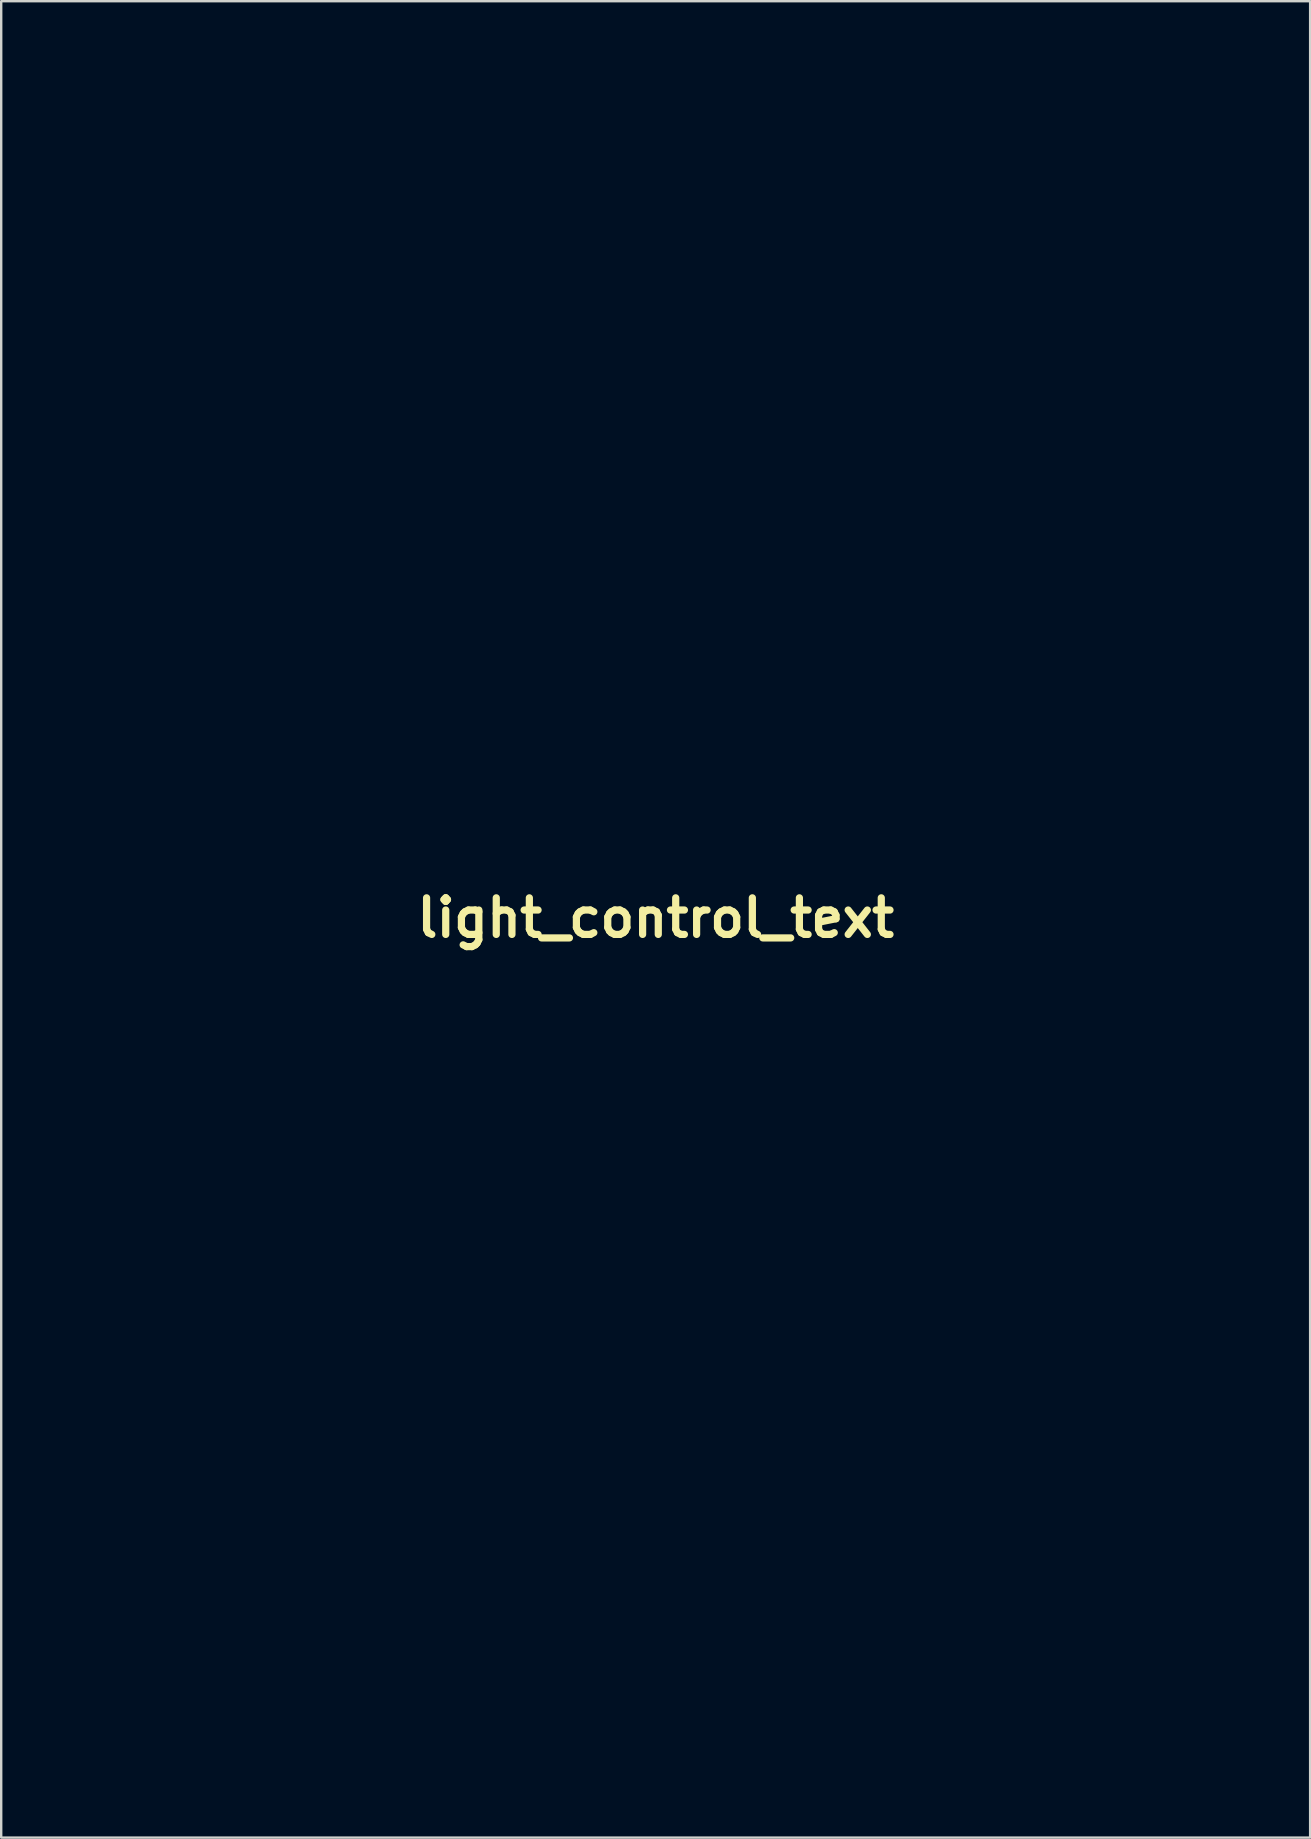
<source format=kicad_pcb>
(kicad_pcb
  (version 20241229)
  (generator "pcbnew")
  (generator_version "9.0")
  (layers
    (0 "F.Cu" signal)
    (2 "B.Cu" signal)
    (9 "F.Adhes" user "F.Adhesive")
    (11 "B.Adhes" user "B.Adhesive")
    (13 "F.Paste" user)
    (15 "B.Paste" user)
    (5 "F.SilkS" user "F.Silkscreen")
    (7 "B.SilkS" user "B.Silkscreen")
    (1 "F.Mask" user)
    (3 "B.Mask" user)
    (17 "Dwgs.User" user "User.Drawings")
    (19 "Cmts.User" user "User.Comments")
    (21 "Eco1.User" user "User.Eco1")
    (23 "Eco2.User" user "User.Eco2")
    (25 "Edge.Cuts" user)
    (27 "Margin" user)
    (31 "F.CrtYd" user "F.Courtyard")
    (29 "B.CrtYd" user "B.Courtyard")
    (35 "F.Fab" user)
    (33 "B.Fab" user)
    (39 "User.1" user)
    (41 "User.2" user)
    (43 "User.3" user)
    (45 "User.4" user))
  (footprint "light_control_text"
    (layer "F.Cu")
    (at 24.262 35.184)
    (property "Reference" "light_control_text" (at 0 0 0) (layer "F.SilkS") (effects (font (size 1.524 1.524) (thickness 0.3))))
    (attr through_hole)
    (fp_poly (pts (xy 19.082 -4.802) (xy 19.381 -4.733) (xy 19.49 -4.575) (xy 19.494 -4.508) (xy 19.428 -4.318) (xy 19.189 -4.228) (xy 19.082 -4.215) (xy 18.798 -4.211) (xy 18.687 -4.311) (xy 18.669 -4.508) (xy 18.698 -4.735) (xy 18.835 -4.812) (xy 19.082 -4.802)) (stroke (width 0.01) (type solid)) (fill yes) (layer "F.Mask"))
    (fp_poly (pts (xy -13.652 30.924) (xy -13.655 31.568) (xy -13.667 32) (xy -13.696 32.266) (xy -13.749 32.407) (xy -13.835 32.468) (xy -13.926 32.487) (xy -14.228 32.411) (xy -14.402 32.237) (xy -14.528 31.936) (xy -14.591 31.456) (xy -14.603 30.991) (xy -14.566 30.272) (xy -14.455 29.78) (xy -14.261 29.495) (xy -13.977 29.401) (xy -13.966 29.401) (xy -13.652 29.401) (xy -13.652 30.924)) (stroke (width 0.01) (type solid)) (fill yes) (layer "F.Mask"))
    (fp_poly (pts (xy 2.769 29.515) (xy 2.838 29.579) (xy 3.026 29.912) (xy 3.138 30.405) (xy 3.174 30.976) (xy 3.133 31.543) (xy 3.016 32.024) (xy 2.843 32.317) (xy 2.621 32.488) (xy 2.426 32.468) (xy 2.337 32.415) (xy 2.081 32.094) (xy 1.937 31.555) (xy 1.905 31.015) (xy 1.948 30.332) (xy 2.068 29.821) (xy 2.253 29.502) (xy 2.49 29.394) (xy 2.769 29.515)) (stroke (width 0.01) (type solid)) (fill yes) (layer "F.Mask"))
    (fp_poly (pts (xy 14.689 29.415) (xy 14.886 29.65) (xy 15.029 30.073) (xy 15.104 30.663) (xy 15.111 30.962) (xy 15.067 31.596) (xy 14.948 32.079) (xy 14.771 32.389) (xy 14.553 32.502) (xy 14.31 32.396) (xy 14.173 32.237) (xy 14.048 31.914) (xy 13.976 31.434) (xy 13.957 30.878) (xy 13.989 30.33) (xy 14.071 29.871) (xy 14.193 29.597) (xy 14.454 29.39) (xy 14.689 29.415)) (stroke (width 0.01) (type solid)) (fill yes) (layer "F.Mask"))
    (fp_poly (pts (xy 16.674 20.586) (xy 16.812 20.978) (xy 16.866 21.473) (xy 16.874 21.946) (xy 16.833 22.234) (xy 16.732 22.403) (xy 16.683 22.444) (xy 16.472 22.575) (xy 16.383 22.606) (xy 16.229 22.539) (xy 16.083 22.444) (xy 15.95 22.214) (xy 15.886 21.829) (xy 15.887 21.377) (xy 15.949 20.946) (xy 16.069 20.624) (xy 16.161 20.524) (xy 16.457 20.435) (xy 16.674 20.586)) (stroke (width 0.01) (type solid)) (fill yes) (layer "F.Mask"))
    (fp_poly (pts (xy 2.233 -13.046) (xy 2.509 -12.938) (xy 2.597 -12.901) (xy 2.921 -12.724) (xy 3.144 -12.473) (xy 3.309 -12.085) (xy 3.429 -11.62) (xy 3.498 -11.139) (xy 3.456 -10.686) (xy 3.373 -10.356) (xy 3.152 -9.789) (xy 2.859 -9.429) (xy 2.449 -9.231) (xy 2.238 -9.185) (xy 1.778 -9.111) (xy 1.778 -11.096) (xy 1.779 -11.88) (xy 1.792 -12.441) (xy 1.83 -12.807) (xy 1.907 -13.01) (xy 2.037 -13.08) (xy 2.233 -13.046)) (stroke (width 0.01) (type solid)) (fill yes) (layer "F.Mask"))
    (fp_poly (pts (xy 24.257 35.306) (xy -13.637 35.306) (xy -13.345 35.034) (xy -13.141 34.82) (xy -12.984 34.585) (xy -12.869 34.292) (xy -12.79 33.905) (xy -12.739 33.389) (xy -12.712 32.707) (xy -12.701 31.825) (xy -12.7 31.314) (xy -12.7 30.955) (xy -11.663 30.955) (xy -11.662 31.78) (xy -11.652 32.4) (xy -11.631 32.838) (xy -11.599 33.118) (xy -11.554 33.265) (xy -11.527 33.295) (xy -11.216 33.392) (xy -10.947 33.249) (xy -10.875 33.053) (xy -10.826 32.63) (xy -10.8 31.969) (xy -10.795 31.359) (xy -10.79 30.626) (xy -10.771 30.109) (xy -10.734 29.767) (xy -10.677 29.562) (xy -10.604 29.464) (xy -10.401 29.37) (xy -10.223 29.464) (xy -10.144 29.58) (xy -10.089 29.797) (xy -10.055 30.156) (xy -10.037 30.695) (xy -10.033 31.369) (xy -10.024 32.16) (xy -9.993 32.727) (xy -9.928 33.099) (xy -9.821 33.308) (xy -9.662 33.382) (xy -9.442 33.351) (xy -9.404 33.339) (xy -9.302 33.293) (xy -9.231 33.202) (xy -9.185 33.026) (xy -9.159 32.726) (xy -9.147 32.259) (xy -9.144 31.586) (xy -9.144 31.443) (xy -9.154 30.751) (xy -9.181 30.12) (xy -9.221 29.609) (xy -9.27 29.277) (xy -9.285 29.225) (xy -9.454 28.969) (xy -8.636 28.969) (xy -8.527 29.222) (xy -8.382 29.3) (xy -8.27 29.348) (xy -8.197 29.454) (xy -8.154 29.663) (xy -8.134 30.022) (xy -8.128 30.577) (xy -8.128 30.753) (xy -8.105 31.596) (xy -8.03 32.228) (xy -7.892 32.688) (xy -7.681 33.017) (xy -7.478 33.194) (xy -7.086 33.366) (xy -6.686 33.38) (xy -6.375 33.236) (xy -6.341 33.2) (xy -6.258 32.939) (xy -6.376 32.691) (xy -6.653 32.539) (xy -6.681 32.533) (xy -6.911 32.453) (xy -7.07 32.281) (xy -7.17 31.978) (xy -7.222 31.506) (xy -7.239 30.825) (xy -7.239 30.71) (xy -7.239 30.286) (xy -2.89 30.286) (xy -2.885 30.396) (xy -2.78 31.355) (xy -2.573 32.106) (xy -2.254 32.677) (xy -1.809 33.098) (xy -1.783 33.115) (xy -1.33 33.344) (xy -0.889 33.375) (xy -0.382 33.209) (xy -0.251 33.145) (xy 0.145 32.861) (xy 0.344 32.533) (xy 0.328 32.207) (xy 0.205 32.027) (xy -0.026 31.893) (xy -0.175 31.943) (xy -0.586 32.241) (xy -0.848 32.41) (xy -1.02 32.47) (xy -1.158 32.441) (xy -1.32 32.342) (xy -1.322 32.341) (xy -1.597 32.067) (xy -1.791 31.644) (xy -1.864 31.276) (xy 1.022 31.276) (xy 1.091 31.929) (xy 1.209 32.357) (xy 1.534 32.895) (xy 1.967 33.246) (xy 2.465 33.392) (xy 2.982 33.318) (xy 3.305 33.145) (xy 3.619 32.783) (xy 3.855 32.241) (xy 4.004 31.58) (xy 4.055 30.907) (xy 4.826 30.907) (xy 4.831 31.771) (xy 4.85 32.413) (xy 4.888 32.865) (xy 4.951 33.157) (xy 5.045 33.323) (xy 5.175 33.392) (xy 5.271 33.401) (xy 5.475 33.32) (xy 5.563 33.249) (xy 5.635 33.053) (xy 5.684 32.63) (xy 5.71 31.969) (xy 5.715 31.359) (xy 5.724 30.567) (xy 5.757 30) (xy 5.821 29.63) (xy 5.924 29.428) (xy 6.075 29.366) (xy 6.258 29.407) (xy 6.387 29.492) (xy 6.48 29.656) (xy 6.542 29.937) (xy 6.58 30.369) (xy 6.598 30.991) (xy 6.602 31.646) (xy 6.605 32.312) (xy 6.617 32.766) (xy 6.645 33.054) (xy 6.696 33.218) (xy 6.777 33.302) (xy 6.88 33.345) (xy 7.111 33.373) (xy 7.279 33.271) (xy 7.392 33.013) (xy 7.459 32.57) (xy 7.489 31.916) (xy 7.493 31.455) (xy 7.467 30.469) (xy 7.381 29.709) (xy 7.221 29.153) (xy 7.129 29.013) (xy 7.89 29.013) (xy 8.009 29.228) (xy 8.214 29.313) (xy 8.325 29.34) (xy 8.402 29.414) (xy 8.454 29.573) (xy 8.488 29.859) (xy 8.51 30.313) (xy 8.529 30.975) (xy 8.531 31.071) (xy 8.572 32.791) (xy 8.954 33.095) (xy 9.365 33.327) (xy 9.768 33.391) (xy 10.089 33.281) (xy 10.155 33.217) (xy 10.275 32.925) (xy 10.163 32.669) (xy 9.84 32.493) (xy 9.811 32.485) (xy 9.398 32.378) (xy 9.398 30.914) (xy 10.795 30.914) (xy 10.797 31.759) (xy 10.807 32.383) (xy 10.831 32.821) (xy 10.877 33.107) (xy 10.95 33.274) (xy 11.057 33.356) (xy 11.204 33.386) (xy 11.267 33.391) (xy 11.443 33.3) (xy 11.553 33.155) (xy 11.604 32.935) (xy 11.647 32.522) (xy 11.675 31.976) (xy 11.684 31.406) (xy 11.686 31.327) (xy 13.079 31.327) (xy 13.105 31.881) (xy 13.165 32.306) (xy 13.2 32.428) (xy 13.498 32.917) (xy 13.925 33.242) (xy 14.422 33.386) (xy 14.931 33.327) (xy 15.302 33.126) (xy 15.627 32.787) (xy 15.843 32.346) (xy 15.963 31.757) (xy 16.002 30.971) (xy 16.002 30.916) (xy 15.963 30.111) (xy 15.835 29.505) (xy 15.603 29.053) (xy 15.252 28.711) (xy 15.236 28.699) (xy 14.743 28.484) (xy 14.236 28.502) (xy 13.762 28.737) (xy 13.365 29.176) (xy 13.269 29.342) (xy 13.181 29.65) (xy 13.119 30.135) (xy 13.084 30.719) (xy 13.079 31.327) (xy 11.686 31.327) (xy 11.701 30.603) (xy 11.759 30.025) (xy 11.865 29.64) (xy 12.03 29.421) (xy 12.261 29.339) (xy 12.322 29.337) (xy 12.589 29.238) (xy 12.73 29.008) (xy 12.699 28.742) (xy 12.632 28.652) (xy 12.429 28.546) (xy 12.071 28.5) (xy 11.525 28.512) (xy 10.89 28.565) (xy 10.86 28.689) (xy 10.834 29.027) (xy 10.813 29.539) (xy 10.8 30.185) (xy 10.795 30.914) (xy 9.398 30.914) (xy 9.398 29.337) (xy 9.783 29.337) (xy 10.11 29.256) (xy 10.266 29.06) (xy 10.255 28.818) (xy 10.083 28.599) (xy 9.751 28.473) (xy 9.734 28.471) (xy 9.55 28.434) (xy 9.449 28.337) (xy 9.406 28.117) (xy 9.396 27.714) (xy 9.396 27.646) (xy 9.373 27.09) (xy 9.295 26.749) (xy 9.165 26.607) (xy 16.954 26.607) (xy 16.954 32.788) (xy 17.311 33.095) (xy 17.659 33.34) (xy 17.922 33.382) (xy 18.136 33.249) (xy 18.28 32.959) (xy 18.192 32.659) (xy 18.002 32.48) (xy 17.91 32.412) (xy 17.84 32.322) (xy 17.788 32.178) (xy 17.751 31.948) (xy 17.724 31.598) (xy 17.706 31.095) (xy 17.692 30.407) (xy 17.679 29.5) (xy 17.678 29.409) (xy 17.639 26.527) (xy 17.297 26.567) (xy 16.954 26.607) (xy 9.165 26.607) (xy 9.145 26.584) (xy 8.904 26.56) (xy 8.876 26.564) (xy 8.717 26.605) (xy 8.622 26.711) (xy 8.571 26.94) (xy 8.542 27.348) (xy 8.536 27.509) (xy 8.508 27.987) (xy 8.46 28.275) (xy 8.368 28.439) (xy 8.212 28.542) (xy 8.178 28.558) (xy 7.945 28.76) (xy 7.89 29.013) (xy 7.129 29.013) (xy 6.975 28.778) (xy 6.629 28.56) (xy 6.17 28.477) (xy 5.802 28.484) (xy 5.391 28.528) (xy 5.078 28.588) (xy 4.974 28.625) (xy 4.913 28.764) (xy 4.869 29.104) (xy 4.841 29.661) (xy 4.828 30.449) (xy 4.826 30.907) (xy 4.055 30.907) (xy 4.059 30.866) (xy 4.011 30.159) (xy 3.853 29.524) (xy 3.771 29.331) (xy 3.416 28.838) (xy 2.966 28.552) (xy 2.472 28.472) (xy 1.983 28.598) (xy 1.551 28.929) (xy 1.263 29.377) (xy 1.109 29.9) (xy 1.028 30.566) (xy 1.022 31.276) (xy -1.864 31.276) (xy -1.91 31.043) (xy -1.962 30.234) (xy -1.966 29.845) (xy -1.953 29.159) (xy -1.912 28.664) (xy -1.834 28.298) (xy -1.729 28.034) (xy -1.438 27.625) (xy -1.093 27.464) (xy -0.696 27.551) (xy -0.492 27.678) (xy -0.11 27.884) (xy 0.172 27.879) (xy 0.333 27.666) (xy 0.355 27.554) (xy 0.283 27.197) (xy 0.016 26.896) (xy -0.387 26.678) (xy -0.869 26.566) (xy -1.373 26.587) (xy -1.652 26.67) (xy -2.122 27) (xy -2.488 27.545) (xy -2.742 28.287) (xy -2.878 29.206) (xy -2.89 30.286) (xy -7.239 30.286) (xy -7.239 29.337) (xy -6.803 29.337) (xy -6.474 29.294) (xy -6.31 29.138) (xy -6.279 29.061) (xy -6.299 28.77) (xy -6.518 28.55) (xy -6.883 28.45) (xy -6.94 28.448) (xy -7.09 28.43) (xy -7.179 28.338) (xy -7.229 28.12) (xy -7.257 27.72) (xy -7.265 27.527) (xy -7.291 27.05) (xy -7.332 26.77) (xy -7.409 26.63) (xy -7.543 26.574) (xy -7.606 26.564) (xy -7.858 26.578) (xy -8.017 26.731) (xy -8.1 27.06) (xy -8.126 27.601) (xy -8.126 27.624) (xy -8.143 28.078) (xy -8.205 28.35) (xy -8.33 28.51) (xy -8.382 28.546) (xy -8.584 28.776) (xy -8.636 28.969) (xy -9.454 28.969) (xy -9.547 28.827) (xy -9.973 28.55) (xy -10.471 28.448) (xy -10.648 28.433) (xy -10.745 28.351) (xy -10.787 28.141) (xy -10.797 27.746) (xy -10.797 27.654) (xy -10.82 27.096) (xy -10.896 26.753) (xy -11.045 26.586) (xy -11.282 26.559) (xy -11.317 26.564) (xy -11.62 26.607) (xy -11.654 29.9) (xy -11.663 30.955) (xy -12.7 30.955) (xy -12.7 30.4) (xy -12.707 29.709) (xy -12.734 29.208) (xy -12.792 28.867) (xy -12.893 28.654) (xy -13.05 28.538) (xy -13.275 28.486) (xy -13.578 28.469) (xy -13.788 28.462) (xy -14.425 28.537) (xy -14.918 28.819) (xy -15.272 29.314) (xy -15.319 29.418) (xy -15.419 29.818) (xy -15.476 30.38) (xy -15.491 31.018) (xy -15.464 31.643) (xy -15.394 32.168) (xy -15.319 32.431) (xy -14.999 32.929) (xy -14.55 33.267) (xy -14.034 33.401) (xy -14.003 33.401) (xy -13.711 33.417) (xy -13.611 33.506) (xy -13.642 33.729) (xy -13.647 33.75) (xy -13.797 34.106) (xy -13.966 34.338) (xy -14.154 34.495) (xy -14.321 34.479) (xy -14.494 34.369) (xy -14.771 34.201) (xy -14.956 34.194) (xy -15.152 34.347) (xy -15.167 34.363) (xy -15.339 34.591) (xy -15.313 34.796) (xy -15.089 35.047) (xy -14.811 35.306) (xy -24.257 35.306) (xy -24.257 30.949) (xy -20.425 30.949) (xy -20.42 31.829) (xy -20.404 32.484) (xy -20.374 32.928) (xy -20.332 33.174) (xy -20.307 33.227) (xy -20.1 33.322) (xy -19.716 33.383) (xy -19.23 33.41) (xy -18.718 33.404) (xy -18.253 33.363) (xy -17.912 33.289) (xy -17.785 33.217) (xy -17.695 32.953) (xy -17.715 32.772) (xy -17.788 32.633) (xy -17.938 32.555) (xy -18.224 32.52) (xy -18.675 32.512) (xy -19.553 32.512) (xy -19.572 30.878) (xy -17.272 30.878) (xy -17.265 31.775) (xy -17.239 32.444) (xy -17.186 32.913) (xy -17.099 33.208) (xy -16.971 33.355) (xy -16.794 33.382) (xy -16.584 33.324) (xy -16.512 33.266) (xy -16.459 33.135) (xy -16.423 32.895) (xy -16.4 32.512) (xy -16.388 31.954) (xy -16.383 31.186) (xy -16.383 30.911) (xy -16.386 30.172) (xy -16.393 29.53) (xy -16.405 29.023) (xy -16.42 28.691) (xy -16.436 28.575) (xy -16.586 28.536) (xy -16.674 28.504) (xy -16.9 28.529) (xy -17.065 28.64) (xy -17.145 28.756) (xy -17.202 28.945) (xy -17.239 29.247) (xy -17.261 29.699) (xy -17.271 30.341) (xy -17.272 30.878) (xy -19.572 30.878) (xy -19.587 29.559) (xy -19.615 27.151) (xy -17.382 27.151) (xy -17.306 27.543) (xy -17.189 27.708) (xy -16.877 27.915) (xy -16.566 27.873) (xy -16.298 27.608) (xy -16.158 27.344) (xy -16.175 27.128) (xy -16.268 26.941) (xy -16.527 26.66) (xy -16.841 26.565) (xy -17.133 26.669) (xy -17.215 26.755) (xy -17.382 27.151) (xy -19.615 27.151) (xy -19.622 26.607) (xy -20.384 26.607) (xy -20.417 29.829) (xy -20.425 30.949) (xy -24.257 30.949) (xy -24.257 21.262) (xy 14.997 21.262) (xy 15.006 21.725) (xy 15.037 22.249) (xy 15.086 22.588) (xy 15.174 22.81) (xy 15.321 22.985) (xy 15.407 23.063) (xy 15.873 23.311) (xy 16.428 23.384) (xy 16.975 23.283) (xy 17.36 23.061) (xy 17.521 22.912) (xy 17.625 22.758) (xy 17.683 22.543) (xy 17.709 22.21) (xy 17.714 21.834) (xy 18.303 21.834) (xy 18.305 22.285) (xy 18.33 22.584) (xy 18.386 22.781) (xy 18.478 22.927) (xy 18.596 23.052) (xy 18.859 23.256) (xy 19.18 23.349) (xy 19.558 23.368) (xy 20.004 23.339) (xy 20.306 23.228) (xy 20.52 23.052) (xy 20.652 22.909) (xy 20.74 22.759) (xy 20.79 22.552) (xy 20.812 22.236) (xy 20.812 21.76) (xy 20.8 21.179) (xy 20.771 19.925) (xy 20.976 19.925) (xy 21.027 20.24) (xy 21.287 20.412) (xy 21.558 20.445) (xy 21.684 20.457) (xy 21.766 20.519) (xy 21.814 20.677) (xy 21.837 20.975) (xy 21.844 21.458) (xy 21.844 21.823) (xy 21.851 22.39) (xy 21.871 22.861) (xy 21.901 23.178) (xy 21.929 23.283) (xy 22.155 23.368) (xy 22.437 23.334) (xy 22.638 23.201) (xy 22.656 23.167) (xy 22.689 22.959) (xy 22.715 22.563) (xy 22.73 22.045) (xy 22.733 21.715) (xy 22.733 20.464) (xy 23.082 20.424) (xy 23.333 20.353) (xy 23.424 20.163) (xy 23.431 20.003) (xy 23.431 19.622) (xy 22.225 19.622) (xy 21.665 19.624) (xy 21.31 19.641) (xy 21.111 19.683) (xy 21.017 19.763) (xy 20.98 19.893) (xy 20.976 19.925) (xy 20.771 19.925) (xy 20.765 19.622) (xy 20.003 19.622) (xy 19.966 21.014) (xy 19.934 21.728) (xy 19.876 22.213) (xy 19.778 22.495) (xy 19.631 22.599) (xy 19.422 22.549) (xy 19.304 22.482) (xy 19.209 22.353) (xy 19.139 22.078) (xy 19.088 21.621) (xy 19.05 20.992) (xy 19.02 20.389) (xy 18.989 19.995) (xy 18.945 19.766) (xy 18.874 19.657) (xy 18.766 19.624) (xy 18.669 19.622) (xy 18.352 19.622) (xy 18.316 21.179) (xy 18.303 21.834) (xy 17.714 21.834) (xy 17.716 21.701) (xy 17.716 21.463) (xy 17.713 20.876) (xy 17.696 20.486) (xy 17.65 20.235) (xy 17.564 20.066) (xy 17.426 19.922) (xy 17.36 19.865) (xy 16.906 19.618) (xy 16.383 19.552) (xy 15.864 19.652) (xy 15.42 19.904) (xy 15.125 20.293) (xy 15.117 20.31) (xy 15.031 20.691) (xy 14.997 21.262) (xy -24.257 21.262) (xy -24.257 -5.216) (xy 5.098 -5.216) (xy 5.105 -4.696) (xy 5.123 -4.332) (xy 5.155 -4.094) (xy 5.202 -3.948) (xy 5.267 -3.862) (xy 5.292 -3.842) (xy 5.574 -3.698) (xy 5.821 -3.759) (xy 5.991 -3.893) (xy 6.068 -3.983) (xy 6.127 -4.115) (xy 6.168 -4.325) (xy 6.196 -4.645) (xy 6.212 -5.111) (xy 6.217 -5.455) (xy 12 -5.455) (xy 12.007 -5.133) (xy 12.214 -4.903) (xy 12.525 -4.826) (xy 12.658 -4.817) (xy 12.744 -4.762) (xy 12.795 -4.616) (xy 12.819 -4.333) (xy 12.826 -3.87) (xy 12.827 -3.45) (xy 12.835 -2.882) (xy 12.856 -2.41) (xy 12.888 -2.091) (xy 12.917 -1.984) (xy 13.1 -1.928) (xy 13.33 -1.931) (xy 13.47 -1.955) (xy 13.564 -2.018) (xy 13.621 -2.166) (xy 13.655 -2.442) (xy 13.675 -2.893) (xy 13.686 -3.3) (xy 14.751 -3.3) (xy 14.753 -2.742) (xy 14.763 -2.321) (xy 14.782 -2.09) (xy 14.788 -2.07) (xy 14.949 -1.945) (xy 15.173 -1.905) (xy 15.351 -1.921) (xy 15.447 -2.007) (xy 15.486 -2.225) (xy 15.494 -2.633) (xy 15.494 -2.667) (xy 15.494 -3.429) (xy 16.37 -3.429) (xy 16.408 -2.699) (xy 16.436 -2.288) (xy 16.488 -2.07) (xy 16.599 -1.984) (xy 16.804 -1.969) (xy 16.828 -1.968) (xy 17.209 -1.968) (xy 17.209 -3.346) (xy 17.774 -3.346) (xy 17.784 -2.805) (xy 17.811 -2.372) (xy 17.856 -2.108) (xy 17.86 -2.099) (xy 18.046 -1.94) (xy 18.272 -1.93) (xy 18.467 -1.975) (xy 18.573 -2.095) (xy 18.624 -2.358) (xy 18.644 -2.646) (xy 18.683 -3.324) (xy 19.191 -2.614) (xy 19.523 -2.193) (xy 19.785 -1.967) (xy 20.001 -1.905) (xy 20.289 -1.991) (xy 20.397 -2.222) (xy 20.319 -2.56) (xy 20.131 -2.867) (xy 19.794 -3.308) (xy 19.905 -3.439) (xy 20.843 -3.439) (xy 20.845 -2.988) (xy 20.87 -2.689) (xy 20.926 -2.492) (xy 21.018 -2.346) (xy 21.136 -2.221) (xy 21.545 -1.973) (xy 22.057 -1.882) (xy 22.576 -1.948) (xy 23.005 -2.17) (xy 23.056 -2.217) (xy 23.188 -2.363) (xy 23.276 -2.521) (xy 23.33 -2.745) (xy 23.357 -3.084) (xy 23.367 -3.59) (xy 23.368 -4.062) (xy 23.363 -4.723) (xy 23.346 -5.173) (xy 23.31 -5.453) (xy 23.25 -5.607) (xy 23.161 -5.676) (xy 23.16 -5.676) (xy 22.914 -5.725) (xy 22.737 -5.634) (xy 22.619 -5.377) (xy 22.547 -4.925) (xy 22.509 -4.25) (xy 22.507 -4.158) (xy 22.478 -3.492) (xy 22.424 -3.048) (xy 22.331 -2.793) (xy 22.187 -2.696) (xy 21.976 -2.724) (xy 21.907 -2.748) (xy 21.817 -2.834) (xy 21.759 -3.036) (xy 21.728 -3.397) (xy 21.716 -3.96) (xy 21.715 -4.109) (xy 21.704 -4.67) (xy 21.676 -5.144) (xy 21.636 -5.468) (xy 21.605 -5.567) (xy 21.409 -5.683) (xy 21.195 -5.694) (xy 21.068 -5.667) (xy 20.981 -5.6) (xy 20.926 -5.45) (xy 20.892 -5.174) (xy 20.872 -4.728) (xy 20.856 -4.094) (xy 20.843 -3.439) (xy 19.905 -3.439) (xy 20.121 -3.696) (xy 20.402 -4.191) (xy 20.436 -4.693) (xy 20.225 -5.17) (xy 20.076 -5.344) (xy 19.841 -5.551) (xy 19.603 -5.663) (xy 19.274 -5.708) (xy 18.895 -5.715) (xy 18.43 -5.692) (xy 18.078 -5.63) (xy 17.932 -5.563) (xy 17.877 -5.385) (xy 17.832 -5.015) (xy 17.799 -4.511) (xy 17.779 -3.935) (xy 17.774 -3.346) (xy 17.209 -3.346) (xy 17.209 -5.652) (xy 16.828 -5.652) (xy 16.605 -5.637) (xy 16.487 -5.551) (xy 16.433 -5.33) (xy 16.408 -4.985) (xy 16.379 -4.597) (xy 16.319 -4.4) (xy 16.184 -4.328) (xy 15.938 -4.318) (xy 15.687 -4.329) (xy 15.555 -4.404) (xy 15.497 -4.607) (xy 15.469 -4.985) (xy 15.436 -5.374) (xy 15.373 -5.573) (xy 15.247 -5.644) (xy 15.113 -5.652) (xy 14.796 -5.652) (xy 14.76 -3.943) (xy 14.751 -3.3) (xy 13.686 -3.3) (xy 13.688 -3.389) (xy 13.724 -4.81) (xy 14.057 -4.85) (xy 14.39 -4.968) (xy 14.562 -5.188) (xy 14.533 -5.447) (xy 14.487 -5.514) (xy 14.338 -5.617) (xy 14.069 -5.68) (xy 13.63 -5.71) (xy 13.201 -5.715) (xy 12.66 -5.71) (xy 12.321 -5.686) (xy 12.13 -5.633) (xy 12.034 -5.54) (xy 12 -5.455) (xy 6.217 -5.455) (xy 6.221 -5.755) (xy 6.223 -6.614) (xy 6.223 -6.799) (xy 6.221 -7.753) (xy 6.209 -8.482) (xy 6.182 -9.016) (xy 6.131 -9.382) (xy 6.049 -9.611) (xy 5.93 -9.731) (xy 5.767 -9.772) (xy 5.551 -9.762) (xy 5.5 -9.756) (xy 5.144 -9.716) (xy 5.109 -6.858) (xy 5.1 -5.926) (xy 5.098 -5.216) (xy -24.257 -5.216) (xy -24.257 -11.096) (xy 0.635 -11.096) (xy 0.637 -10.179) (xy 0.646 -9.482) (xy 0.664 -8.974) (xy 0.693 -8.622) (xy 0.735 -8.393) (xy 0.793 -8.253) (xy 0.835 -8.201) (xy 1.094 -8.079) (xy 1.521 -8.012) (xy 2.034 -8.004) (xy 2.553 -8.054) (xy 2.934 -8.145) (xy 3.573 -8.484) (xy 4.058 -9.018) (xy 4.383 -9.734) (xy 4.542 -10.62) (xy 4.546 -11.428) (xy 4.415 -12.343) (xy 4.135 -13.056) (xy 3.695 -13.577) (xy 3.086 -13.914) (xy 2.298 -14.077) (xy 1.84 -14.097) (xy 1.328 -14.075) (xy 0.952 -14.017) (xy 0.787 -13.945) (xy 0.731 -13.798) (xy 0.689 -13.473) (xy 0.659 -12.952) (xy 0.642 -12.216) (xy 0.635 -11.247) (xy 0.635 -11.096) (xy -24.257 -11.096) (xy -24.257 -20.587) (xy -0.389 -20.587) (xy -0.379 -19.853) (xy -0.358 -19.187) (xy -0.326 -18.636) (xy -0.283 -18.245) (xy -0.23 -18.061) (xy -0.229 -18.059) (xy 0.072 -17.917) (xy 0.407 -17.989) (xy 0.562 -18.107) (xy 0.663 -18.274) (xy 0.726 -18.564) (xy 0.76 -19.023) (xy 0.769 -19.535) (xy 0.777 -20.765) (xy 1.074 -20.11) (xy 1.364 -19.603) (xy 1.658 -19.35) (xy 1.958 -19.351) (xy 2.264 -19.606) (xy 2.572 -20.102) (xy 2.906 -20.765) (xy 2.913 -19.488) (xy 2.93 -18.82) (xy 2.979 -18.367) (xy 3.075 -18.09) (xy 3.232 -17.949) (xy 3.464 -17.907) (xy 3.493 -17.907) (xy 3.672 -17.92) (xy 3.809 -17.978) (xy 3.91 -18.111) (xy 3.98 -18.349) (xy 4.025 -18.722) (xy 4.05 -19.259) (xy 4.053 -19.436) (xy 5.08 -19.436) (xy 5.08 -16.583) (xy 5.082 -15.653) (xy 5.088 -14.945) (xy 5.101 -14.428) (xy 5.124 -14.068) (xy 5.159 -13.835) (xy 5.207 -13.696) (xy 5.273 -13.619) (xy 5.302 -13.599) (xy 5.524 -13.488) (xy 5.692 -13.503) (xy 5.934 -13.655) (xy 5.941 -13.66) (xy 6.034 -13.733) (xy 6.104 -13.827) (xy 6.154 -13.976) (xy 6.188 -14.215) (xy 6.208 -14.576) (xy 6.219 -15.095) (xy 6.223 -15.806) (xy 6.223 -16.561) (xy 6.222 -17.46) (xy 6.216 -18.139) (xy 6.202 -18.633) (xy 6.178 -18.977) (xy 6.14 -19.205) (xy 6.086 -19.352) (xy 6.012 -19.453) (xy 5.968 -19.495) (xy 5.728 -19.649) (xy 5.474 -19.614) (xy 5.397 -19.581) (xy 5.08 -19.436) (xy 4.053 -19.436) (xy 4.061 -19.99) (xy 4.064 -20.944) (xy 4.064 -20.965) (xy 4.062 -21.932) (xy 4.05 -22.673) (xy 4.023 -23.217) (xy 3.975 -23.593) (xy 3.899 -23.83) (xy 3.788 -23.955) (xy 3.638 -23.997) (xy 3.441 -23.986) (xy 3.404 -23.981) (xy 3.249 -23.915) (xy 3.081 -23.736) (xy 2.875 -23.41) (xy 2.608 -22.9) (xy 2.466 -22.613) (xy 1.821 -21.287) (xy 1.172 -22.645) (xy 0.884 -23.234) (xy 0.671 -23.627) (xy 0.506 -23.862) (xy 0.364 -23.975) (xy 0.224 -24.003) (xy -0.077 -23.942) (xy -0.229 -23.851) (xy -0.282 -23.673) (xy -0.325 -23.287) (xy -0.357 -22.74) (xy -0.378 -22.076) (xy -0.389 -21.344) (xy -0.389 -20.587) (xy -24.257 -20.587) (xy -24.257 -31.946) (xy 18.669 -31.946) (xy 18.676 -31.317) (xy 18.693 -30.781) (xy 18.72 -30.388) (xy 18.753 -30.19) (xy 18.759 -30.178) (xy 18.942 -30.122) (xy 19.172 -30.125) (xy 19.494 -30.163) (xy 19.494 -31.543) (xy 20.059 -31.543) (xy 20.069 -31.003) (xy 20.095 -30.572) (xy 20.14 -30.309) (xy 20.143 -30.3) (xy 20.325 -30.145) (xy 20.588 -30.099) (xy 20.955 -30.099) (xy 20.96 -31.814) (xy 21.441 -30.988) (xy 21.703 -30.558) (xy 21.9 -30.308) (xy 22.078 -30.192) (xy 22.287 -30.163) (xy 22.295 -30.163) (xy 22.669 -30.163) (xy 22.705 -31.859) (xy 22.713 -32.642) (xy 22.693 -33.204) (xy 22.638 -33.576) (xy 22.537 -33.792) (xy 22.384 -33.884) (xy 22.173 -33.883) (xy 22.024 -33.829) (xy 21.932 -33.679) (xy 21.875 -33.376) (xy 21.844 -33.041) (xy 21.78 -32.237) (xy 21.301 -33.073) (xy 20.979 -33.574) (xy 20.709 -33.847) (xy 20.467 -33.907) (xy 20.231 -33.769) (xy 20.218 -33.757) (xy 20.163 -33.58) (xy 20.119 -33.21) (xy 20.086 -32.707) (xy 20.065 -32.131) (xy 20.059 -31.543) (xy 19.494 -31.543) (xy 19.494 -32.002) (xy 19.492 -32.724) (xy 19.481 -33.232) (xy 19.457 -33.562) (xy 19.416 -33.756) (xy 19.352 -33.851) (xy 19.266 -33.886) (xy 19.042 -33.899) (xy 18.881 -33.817) (xy 18.773 -33.608) (xy 18.708 -33.239) (xy 18.677 -32.679) (xy 18.669 -31.946) (xy -24.257 -31.946) (xy -24.257 -35.179) (xy 24.257 -35.179) (xy 24.257 35.306)) (stroke (width 0.01) (type solid)) (fill yes) (layer "F.Mask")))
  (gr_rect
    (start -3 -3)
    (end 51.524 73.495)
    (stroke (width 0.1) (type default))
    (fill no)
    (layer "Edge.Cuts")))
</source>
